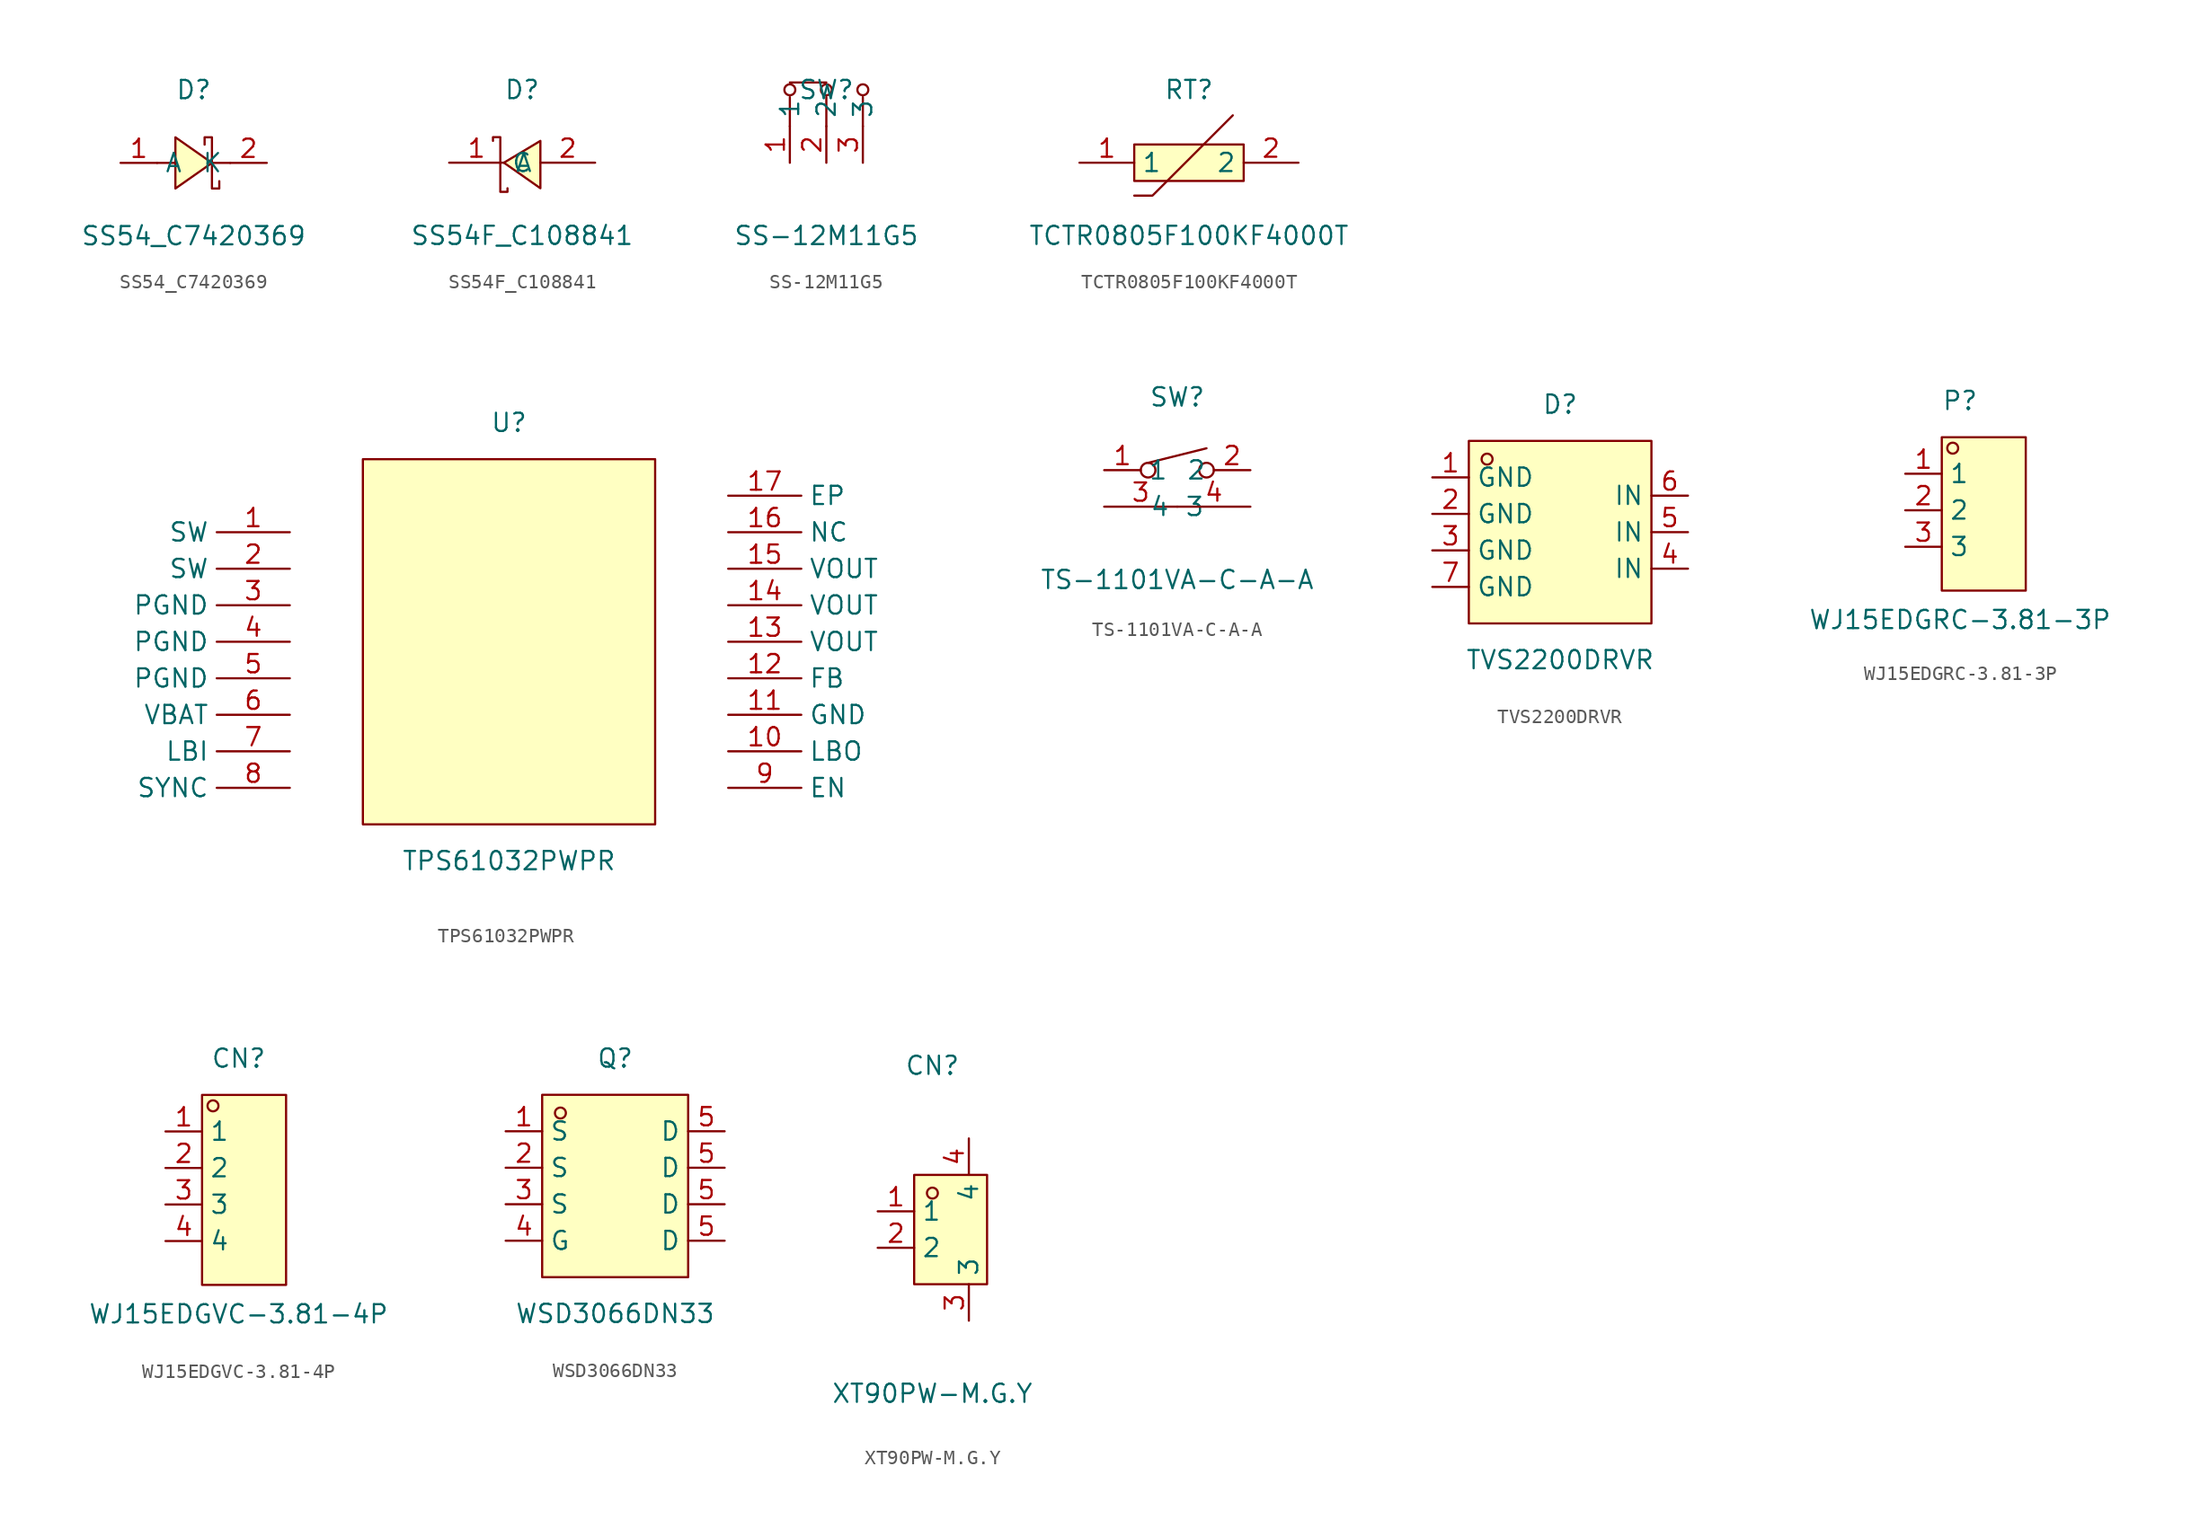
<source format=kicad_sym>
(kicad_symbol_lib
  (version 20211014)
  (generator https://github.com/uPesy/easyeda2kicad.py)
  (symbol "SS54_C7420369"
    (property "Reference" "D"
      (at 0 5.08 0)
      (effects (font (size 1.27 1.27))))
    (property "Value" "SS54_C7420369"
      (at 0 -5.08 0)
      (effects (font (size 1.27 1.27))))
    (symbol "SS54_C7420369_0_1"
      (polyline (pts (xy -1.27 -1.78) (xy 1.27 -0.00) (xy -1.27 1.78) (xy -1.27 -1.78)) (stroke (width 0) (type default) (color 0 0 0 0)) (fill (type background)))
      (polyline (pts (xy 1.78 -1.27) (xy 1.78 -1.78) (xy 1.27 -1.78) (xy 1.27 1.78) (xy 0.76 1.78) (xy 0.76 1.27)) (stroke (width 0) (type default) (color 0 0 0 0)) (fill (type none)))
      (polyline (pts (xy -2.54 -0.00) (xy -1.27 -0.00)) (stroke (width 0) (type default) (color 0 0 0 0)) (fill (type none)))
      (polyline (pts (xy 1.27 -0.00) (xy 2.54 -0.00)) (stroke (width 0) (type default) (color 0 0 0 0)) (fill (type none)))
      (pin unspecified line (at -5.08 -0.00 0) (length 2.54) (name "A" (effects (font (size 1.27 1.27)))) (number "1" (effects (font (size 1.27 1.27)))))
      (pin unspecified line (at 5.08 -0.00 180) (length 2.54) (name "K" (effects (font (size 1.27 1.27)))) (number "2" (effects (font (size 1.27 1.27)))))))
  (symbol "SS54F_C108841"
    (property "Reference" "D"
      (at 0 5.08 0)
      (effects (font (size 1.27 1.27))))
    (property "Value" "SS54F_C108841"
      (at 0 -5.08 0)
      (effects (font (size 1.27 1.27))))
    (symbol "SS54F_C108841_0_1"
      (polyline (pts (xy 1.27 1.52) (xy -1.27 -0.00) (xy 1.27 -1.78) (xy 1.27 1.52)) (stroke (width 0) (type default) (color 0 0 0 0)) (fill (type background)))
      (polyline (pts (xy -2.03 1.52) (xy -2.03 1.78) (xy -1.52 1.78) (xy -1.52 -2.03) (xy -1.02 -2.03) (xy -1.02 -1.78)) (stroke (width 0) (type default) (color 0 0 0 0)) (fill (type none)))
      (pin unspecified line (at -5.08 -0.00 0) (length 3.81) (name "C" (effects (font (size 1.27 1.27)))) (number "1" (effects (font (size 1.27 1.27)))))
      (pin unspecified line (at 5.08 -0.00 180) (length 3.81) (name "A" (effects (font (size 1.27 1.27)))) (number "2" (effects (font (size 1.27 1.27)))))))
  (symbol "SS-12M11G5"
    (property "Reference" "SW"
      (at 0 0.00 0)
      (effects (font (size 1.27 1.27))))
    (property "Value" "SS-12M11G5"
      (at 0 -10.16 0)
      (effects (font (size 1.27 1.27))))
    (symbol "SS-12M11G5_0_1"
      (circle (center 2.54 -0.00) (radius 0.38) (stroke (width 0) (type default) (color 0 0 0 0)) (fill (type none)))
      (circle (center 0.00 -0.00) (radius 0.38) (stroke (width 0) (type default) (color 0 0 0 0)) (fill (type none)))
      (circle (center -2.54 -0.00) (radius 0.38) (stroke (width 0) (type default) (color 0 0 0 0)) (fill (type none)))
      (polyline (pts (xy 2.54 -2.54) (xy 2.54 -0.51)) (stroke (width 0) (type default) (color 0 0 0 0)) (fill (type none)))
      (polyline (pts (xy 0.00 -2.54) (xy 0.00 -0.51)) (stroke (width 0) (type default) (color 0 0 0 0)) (fill (type none)))
      (polyline (pts (xy -2.54 -2.54) (xy -2.54 -0.51)) (stroke (width 0) (type default) (color 0 0 0 0)) (fill (type none)))
      (polyline (pts (xy -2.54 0.51) (xy 0.00 0.51)) (stroke (width 0) (type default) (color 0 0 0 0)) (fill (type none)))
      (pin unspecified line (at -2.54 -5.08 90) (length 2.54) (name "1" (effects (font (size 1.27 1.27)))) (number "1" (effects (font (size 1.27 1.27)))))
      (pin unspecified line (at 2.54 -5.08 90) (length 2.54) (name "3" (effects (font (size 1.27 1.27)))) (number "3" (effects (font (size 1.27 1.27)))))
      (pin unspecified line (at 0.00 -5.08 90) (length 2.54) (name "2" (effects (font (size 1.27 1.27)))) (number "2" (effects (font (size 1.27 1.27)))))))
  (symbol "TCTR0805F100KF4000T"
    (property "Reference" "RT"
      (at 0 5.08 0)
      (effects (font (size 1.27 1.27))))
    (property "Value" "TCTR0805F100KF4000T"
      (at 0 -5.08 0)
      (effects (font (size 1.27 1.27))))
    (symbol "TCTR0805F100KF4000T_0_1"
      (rectangle (start -3.81 1.27) (end 3.81 -1.27) (stroke (width 0) (type default) (color 0 0 0 0)) (fill (type background)))
      (polyline (pts (xy 3.05 3.30) (xy -2.54 -2.29) (xy -3.81 -2.29)) (stroke (width 0) (type default) (color 0 0 0 0)) (fill (type none)))
      (pin unspecified line (at 7.62 -0.00 180) (length 3.81) (name "2" (effects (font (size 1.27 1.27)))) (number "2" (effects (font (size 1.27 1.27)))))
      (pin unspecified line (at -7.62 -0.00 0) (length 3.81) (name "1" (effects (font (size 1.27 1.27)))) (number "1" (effects (font (size 1.27 1.27)))))))
  (symbol "TPS61032PWPR"
    (property "Reference" "U"
      (at 0 15.24 0)
      (effects (font (size 1.27 1.27))))
    (property "Value" "TPS61032PWPR"
      (at 0 -15.24 0)
      (effects (font (size 1.27 1.27))))
    (symbol "TPS61032PWPR_0_1"
      (rectangle (start -10.16 12.70) (end 10.16 -12.70) (stroke (width 0) (type default) (color 0 0 0 0)) (fill (type background)))
      (pin unspecified line (at -15.24 7.62 180) (length 5.08) (name "SW" (effects (font (size 1.27 1.27)))) (number "1" (effects (font (size 1.27 1.27)))))
      (pin unspecified line (at -15.24 5.08 180) (length 5.08) (name "SW" (effects (font (size 1.27 1.27)))) (number "2" (effects (font (size 1.27 1.27)))))
      (pin unspecified line (at -15.24 2.54 180) (length 5.08) (name "PGND" (effects (font (size 1.27 1.27)))) (number "3" (effects (font (size 1.27 1.27)))))
      (pin unspecified line (at -15.24 -0.00 180) (length 5.08) (name "PGND" (effects (font (size 1.27 1.27)))) (number "4" (effects (font (size 1.27 1.27)))))
      (pin unspecified line (at -15.24 -2.54 180) (length 5.08) (name "PGND" (effects (font (size 1.27 1.27)))) (number "5" (effects (font (size 1.27 1.27)))))
      (pin unspecified line (at -15.24 -5.08 180) (length 5.08) (name "VBAT" (effects (font (size 1.27 1.27)))) (number "6" (effects (font (size 1.27 1.27)))))
      (pin unspecified line (at -15.24 -7.62 180) (length 5.08) (name "LBI" (effects (font (size 1.27 1.27)))) (number "7" (effects (font (size 1.27 1.27)))))
      (pin unspecified line (at -15.24 -10.16 180) (length 5.08) (name "SYNC" (effects (font (size 1.27 1.27)))) (number "8" (effects (font (size 1.27 1.27)))))
      (pin unspecified line (at 15.24 -10.16 0) (length 5.08) (name "EN" (effects (font (size 1.27 1.27)))) (number "9" (effects (font (size 1.27 1.27)))))
      (pin unspecified line (at 15.24 -7.62 0) (length 5.08) (name "LBO" (effects (font (size 1.27 1.27)))) (number "10" (effects (font (size 1.27 1.27)))))
      (pin unspecified line (at 15.24 -5.08 0) (length 5.08) (name "GND" (effects (font (size 1.27 1.27)))) (number "11" (effects (font (size 1.27 1.27)))))
      (pin unspecified line (at 15.24 -2.54 0) (length 5.08) (name "FB" (effects (font (size 1.27 1.27)))) (number "12" (effects (font (size 1.27 1.27)))))
      (pin unspecified line (at 15.24 -0.00 0) (length 5.08) (name "VOUT" (effects (font (size 1.27 1.27)))) (number "13" (effects (font (size 1.27 1.27)))))
      (pin unspecified line (at 15.24 2.54 0) (length 5.08) (name "VOUT" (effects (font (size 1.27 1.27)))) (number "14" (effects (font (size 1.27 1.27)))))
      (pin unspecified line (at 15.24 5.08 0) (length 5.08) (name "VOUT" (effects (font (size 1.27 1.27)))) (number "15" (effects (font (size 1.27 1.27)))))
      (pin unspecified line (at 15.24 7.62 0) (length 5.08) (name "NC" (effects (font (size 1.27 1.27)))) (number "16" (effects (font (size 1.27 1.27)))))
      (pin unspecified line (at 15.24 10.16 0) (length 5.08) (name "EP" (effects (font (size 1.27 1.27)))) (number "17" (effects (font (size 1.27 1.27)))))))
  (symbol "TS-1101VA-C-A-A"
    (property "Reference" "SW"
      (at 0 7.62 0)
      (effects (font (size 1.27 1.27))))
    (property "Value" "TS-1101VA-C-A-A"
      (at 0 -5.08 0)
      (effects (font (size 1.27 1.27))))
    (symbol "TS-1101VA-C-A-A_0_1"
      (circle (center 2.03 2.54) (radius 0.51) (stroke (width 0) (type default) (color 0 0 0 0)) (fill (type none)))
      (circle (center -2.03 2.54) (radius 0.51) (stroke (width 0) (type default) (color 0 0 0 0)) (fill (type none)))
      (polyline (pts (xy 2.03 4.06) (xy -2.03 3.05)) (stroke (width 0) (type default) (color 0 0 0 0)) (fill (type none)))
      (pin unspecified line (at 5.08 -0.00 180) (length 5.08) (name "4" (effects (font (size 1.27 1.27)))) (number "4" (effects (font (size 1.27 1.27)))))
      (pin unspecified line (at -5.08 -0.00 0) (length 5.08) (name "3" (effects (font (size 1.27 1.27)))) (number "3" (effects (font (size 1.27 1.27)))))
      (pin unspecified line (at -5.08 2.54 0) (length 2.54) (name "1" (effects (font (size 1.27 1.27)))) (number "1" (effects (font (size 1.27 1.27)))))
      (pin unspecified line (at 5.08 2.54 180) (length 2.54) (name "2" (effects (font (size 1.27 1.27)))) (number "2" (effects (font (size 1.27 1.27)))))))
  (symbol "TVS2200DRVR"
    (property "Reference" "D"
      (at 0 8.89 0)
      (effects (font (size 1.27 1.27))))
    (property "Value" "TVS2200DRVR"
      (at 0 -8.89 0)
      (effects (font (size 1.27 1.27))))
    (symbol "TVS2200DRVR_0_1"
      (rectangle (start -6.35 6.35) (end 6.35 -6.35) (stroke (width 0) (type default) (color 0 0 0 0)) (fill (type background)))
      (circle (center -5.08 5.08) (radius 0.38) (stroke (width 0) (type default) (color 0 0 0 0)) (fill (type none)))
      (pin unspecified line (at -8.89 3.81 0) (length 2.54) (name "GND" (effects (font (size 1.27 1.27)))) (number "1" (effects (font (size 1.27 1.27)))))
      (pin unspecified line (at -8.89 1.27 0) (length 2.54) (name "GND" (effects (font (size 1.27 1.27)))) (number "2" (effects (font (size 1.27 1.27)))))
      (pin unspecified line (at -8.89 -1.27 0) (length 2.54) (name "GND" (effects (font (size 1.27 1.27)))) (number "3" (effects (font (size 1.27 1.27)))))
      (pin unspecified line (at 8.89 -2.54 180) (length 2.54) (name "IN" (effects (font (size 1.27 1.27)))) (number "4" (effects (font (size 1.27 1.27)))))
      (pin unspecified line (at 8.89 -0.00 180) (length 2.54) (name "IN" (effects (font (size 1.27 1.27)))) (number "5" (effects (font (size 1.27 1.27)))))
      (pin unspecified line (at 8.89 2.54 180) (length 2.54) (name "IN" (effects (font (size 1.27 1.27)))) (number "6" (effects (font (size 1.27 1.27)))))
      (pin unspecified line (at -8.89 -3.81 0) (length 2.54) (name "GND" (effects (font (size 1.27 1.27)))) (number "7" (effects (font (size 1.27 1.27)))))))
  (symbol "WJ15EDGRC-3.81-3P"
    (property "Reference" "P"
      (at 0 7.62 0)
      (effects (font (size 1.27 1.27))))
    (property "Value" "WJ15EDGRC-3.81-3P"
      (at 0 -7.62 0)
      (effects (font (size 1.27 1.27))))
    (symbol "WJ15EDGRC-3.81-3P_0_1"
      (rectangle (start -1.27 5.08) (end 4.57 -5.59) (stroke (width 0) (type default) (color 0 0 0 0)) (fill (type background)))
      (circle (center -0.51 4.32) (radius 0.38) (stroke (width 0) (type default) (color 0 0 0 0)) (fill (type none)))
      (pin unspecified line (at -3.81 2.54 0) (length 2.54) (name "1" (effects (font (size 1.27 1.27)))) (number "1" (effects (font (size 1.27 1.27)))))
      (pin unspecified line (at -3.81 -0.00 0) (length 2.54) (name "2" (effects (font (size 1.27 1.27)))) (number "2" (effects (font (size 1.27 1.27)))))
      (pin unspecified line (at -3.81 -2.54 0) (length 2.54) (name "3" (effects (font (size 1.27 1.27)))) (number "3" (effects (font (size 1.27 1.27)))))))
  (symbol "WJ15EDGVC-3.81-4P"
    (property "Reference" "CN"
      (at 0 10.16 0)
      (effects (font (size 1.27 1.27))))
    (property "Value" "WJ15EDGVC-3.81-4P"
      (at 0 -7.62 0)
      (effects (font (size 1.27 1.27))))
    (symbol "WJ15EDGVC-3.81-4P_0_1"
      (rectangle (start -2.54 7.62) (end 3.30 -5.59) (stroke (width 0) (type default) (color 0 0 0 0)) (fill (type background)))
      (circle (center -1.78 6.86) (radius 0.38) (stroke (width 0) (type default) (color 0 0 0 0)) (fill (type none)))
      (pin unspecified line (at -5.08 5.08 0) (length 2.54) (name "1" (effects (font (size 1.27 1.27)))) (number "1" (effects (font (size 1.27 1.27)))))
      (pin unspecified line (at -5.08 2.54 0) (length 2.54) (name "2" (effects (font (size 1.27 1.27)))) (number "2" (effects (font (size 1.27 1.27)))))
      (pin unspecified line (at -5.08 -0.00 0) (length 2.54) (name "3" (effects (font (size 1.27 1.27)))) (number "3" (effects (font (size 1.27 1.27)))))
      (pin unspecified line (at -5.08 -2.54 0) (length 2.54) (name "4" (effects (font (size 1.27 1.27)))) (number "4" (effects (font (size 1.27 1.27)))))))
  (symbol "WSD3066DN33"
    (property "Reference" "Q"
      (at 0 7.62 0)
      (effects (font (size 1.27 1.27))))
    (property "Value" "WSD3066DN33"
      (at 0 -10.16 0)
      (effects (font (size 1.27 1.27))))
    (symbol "WSD3066DN33_0_1"
      (rectangle (start -5.08 5.08) (end 5.08 -7.62) (stroke (width 0) (type default) (color 0 0 0 0)) (fill (type background)))
      (circle (center -3.81 3.81) (radius 0.38) (stroke (width 0) (type default) (color 0 0 0 0)) (fill (type none)))
      (pin unspecified line (at -7.62 2.54 0) (length 2.54) (name "S" (effects (font (size 1.27 1.27)))) (number "1" (effects (font (size 1.27 1.27)))))
      (pin unspecified line (at -7.62 -0.00 0) (length 2.54) (name "S" (effects (font (size 1.27 1.27)))) (number "2" (effects (font (size 1.27 1.27)))))
      (pin unspecified line (at -7.62 -2.54 0) (length 2.54) (name "S" (effects (font (size 1.27 1.27)))) (number "3" (effects (font (size 1.27 1.27)))))
      (pin unspecified line (at -7.62 -5.08 0) (length 2.54) (name "G" (effects (font (size 1.27 1.27)))) (number "4" (effects (font (size 1.27 1.27)))))
      (pin unspecified line (at 7.62 -5.08 180) (length 2.54) (name "D" (effects (font (size 1.27 1.27)))) (number "5" (effects (font (size 1.27 1.27)))))
      (pin unspecified line (at 7.62 -2.54 180) (length 2.54) (name "D" (effects (font (size 1.27 1.27)))) (number "5" (effects (font (size 1.27 1.27)))))
      (pin unspecified line (at 7.62 -0.00 180) (length 2.54) (name "D" (effects (font (size 1.27 1.27)))) (number "5" (effects (font (size 1.27 1.27)))))
      (pin unspecified line (at 7.62 2.54 180) (length 2.54) (name "D" (effects (font (size 1.27 1.27)))) (number "5" (effects (font (size 1.27 1.27)))))))
  (symbol "XT90PW-M.G.Y"
    (property "Reference" "CN"
      (at 0 11.43 0)
      (effects (font (size 1.27 1.27))))
    (property "Value" "XT90PW-M.G.Y"
      (at 0 -11.43 0)
      (effects (font (size 1.27 1.27))))
    (symbol "XT90PW-M.G.Y_0_1"
      (rectangle (start -1.27 3.81) (end 3.81 -3.81) (stroke (width 0) (type default) (color 0 0 0 0)) (fill (type background)))
      (circle (center 0.00 2.54) (radius 0.38) (stroke (width 0) (type default) (color 0 0 0 0)) (fill (type none)))
      (pin unspecified line (at -3.81 1.27 0) (length 2.54) (name "1" (effects (font (size 1.27 1.27)))) (number "1" (effects (font (size 1.27 1.27)))))
      (pin unspecified line (at -3.81 -1.27 0) (length 2.54) (name "2" (effects (font (size 1.27 1.27)))) (number "2" (effects (font (size 1.27 1.27)))))
      (pin unspecified line (at 2.54 -6.35 90) (length 2.54) (name "3" (effects (font (size 1.27 1.27)))) (number "3" (effects (font (size 1.27 1.27)))))
      (pin unspecified line (at 2.54 6.35 270) (length 2.54) (name "4" (effects (font (size 1.27 1.27)))) (number "4" (effects (font (size 1.27 1.27))))))))
</source>
